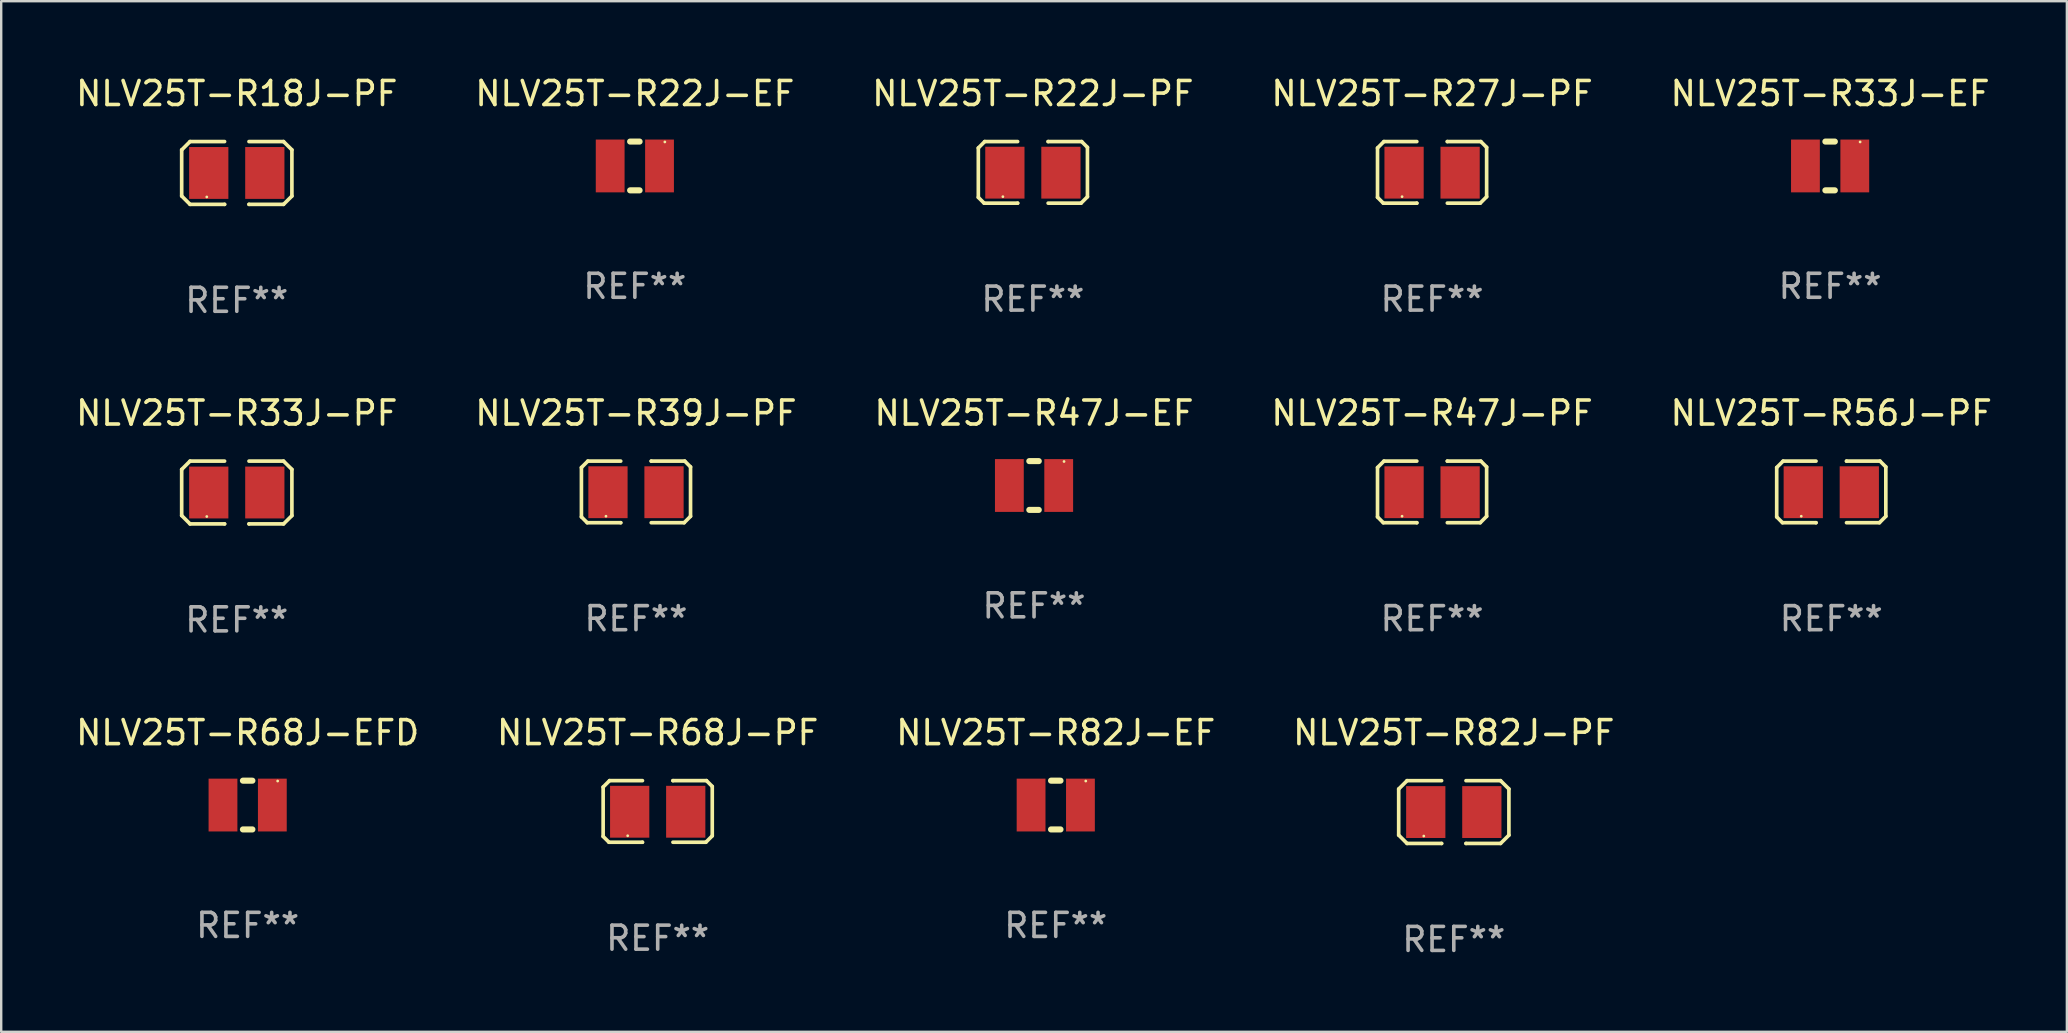
<source format=kicad_pcb>
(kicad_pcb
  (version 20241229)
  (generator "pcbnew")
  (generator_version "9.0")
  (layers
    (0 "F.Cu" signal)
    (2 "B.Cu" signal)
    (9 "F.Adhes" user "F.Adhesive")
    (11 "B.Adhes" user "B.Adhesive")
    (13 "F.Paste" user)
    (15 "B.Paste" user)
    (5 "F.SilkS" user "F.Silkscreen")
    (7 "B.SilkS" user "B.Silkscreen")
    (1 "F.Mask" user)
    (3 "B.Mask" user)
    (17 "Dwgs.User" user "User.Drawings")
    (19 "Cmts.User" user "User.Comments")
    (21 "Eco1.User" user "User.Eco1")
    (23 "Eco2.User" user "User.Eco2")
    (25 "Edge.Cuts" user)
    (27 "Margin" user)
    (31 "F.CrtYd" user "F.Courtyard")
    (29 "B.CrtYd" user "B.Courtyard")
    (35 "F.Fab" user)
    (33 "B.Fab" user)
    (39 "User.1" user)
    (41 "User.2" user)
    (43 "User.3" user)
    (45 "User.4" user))
  (footprint "NLV25T-R39J-PF"
    (layer "F.Cu")
    (at 23.446 17.444)
    (property "Reference" "NLV25T-R39J-PF" (at 0 -3.283 0) (layer "F.SilkS") (effects (font (size 1 1) (thickness 0.15))))
    (attr through_hole)
    (fp_line (start -2.273 -1.016) (end -2.007 -1.283) (stroke (width 0.152) (type solid)) (layer "F.SilkS"))
    (fp_line (start -2.273 1.041) (end -2.273 -1.016) (stroke (width 0.152) (type solid)) (layer "F.SilkS"))
    (fp_line (start -2.032 1.283) (end -2.273 1.041) (stroke (width 0.152) (type solid)) (layer "F.SilkS"))
    (fp_line (start -2.007 -1.283) (end -0.635 -1.283) (stroke (width 0.152) (type solid)) (layer "F.SilkS"))
    (fp_line (start -0.635 1.283) (end -2.032 1.283) (stroke (width 0.152) (type solid)) (layer "F.SilkS"))
    (fp_line (start -0.635 1.283) (end -0.635 1.283) (stroke (width 0.152) (type solid)) (layer "F.SilkS"))
    (fp_line (start 0.635 -1.283) (end 0.635 -1.283) (stroke (width 0.152) (type solid)) (layer "F.SilkS"))
    (fp_line (start 0.635 -1.283) (end 2.032 -1.283) (stroke (width 0.152) (type solid)) (layer "F.SilkS"))
    (fp_line (start 2.007 1.283) (end 0.635 1.283) (stroke (width 0.152) (type solid)) (layer "F.SilkS"))
    (fp_line (start 2.032 -1.283) (end 2.273 -1.041) (stroke (width 0.152) (type solid)) (layer "F.SilkS"))
    (fp_line (start 2.273 -1.041) (end 2.273 1.016) (stroke (width 0.152) (type solid)) (layer "F.SilkS"))
    (fp_line (start 2.273 1.016) (end 2.007 1.283) (stroke (width 0.152) (type solid)) (layer "F.SilkS"))
    (fp_circle (center -1.25 1.013) (end -1.22 1.013) (stroke (width 0.06) (type solid)) (fill no) (layer "F.SilkS"))
    (fp_text user "REF**" (at 0 5.283 0) (layer "F.Fab") (effects (font (size 1 1) (thickness 0.15))))
    (pad "1" smd rect (at -1.167 0.013) (size 1.635 2.16) (layers "F.Cu" "F.Mask" "F.Paste"))
    (pad "2" smd rect (at 1.168 0.013) (size 1.635 2.16) (layers "F.Cu" "F.Mask" "F.Paste")))
  (footprint "NLV25T-R22J-EF"
    (layer "F.Cu")
    (at 23.399 3.864)
    (property "Reference" "NLV25T-R22J-EF" (at 0 -3.016 0) (layer "F.SilkS") (effects (font (size 1 1) (thickness 0.15))))
    (attr through_hole)
    (fp_line (start -0.197 1.016) (end 0.197 1.016) (stroke (width 0.254) (type solid)) (layer "F.SilkS"))
    (fp_line (start 0.197 -1.016) (end -0.197 -1.016) (stroke (width 0.254) (type solid)) (layer "F.SilkS"))
    (fp_circle (center 1.25 -1) (end 1.28 -1) (stroke (width 0.06) (type solid)) (fill no) (layer "F.SilkS"))
    (fp_text user "REF**" (at 0 5.016 0) (layer "F.Fab") (effects (font (size 1 1) (thickness 0.15))))
    (pad "1" smd rect (at 1.028 0) (size 1.2 2.2) (layers "F.Cu" "F.Mask" "F.Paste"))
    (pad "2" smd rect (at -1.028 0) (size 1.2 2.2) (layers "F.Cu" "F.Mask" "F.Paste")))
  (footprint "NLV25T-R56J-PF"
    (layer "F.Cu")
    (at 73.244 17.444)
    (property "Reference" "NLV25T-R56J-PF" (at 0 -3.283 0) (layer "F.SilkS") (effects (font (size 1 1) (thickness 0.15))))
    (attr through_hole)
    (fp_line (start -2.273 -1.016) (end -2.007 -1.283) (stroke (width 0.152) (type solid)) (layer "F.SilkS"))
    (fp_line (start -2.273 1.041) (end -2.273 -1.016) (stroke (width 0.152) (type solid)) (layer "F.SilkS"))
    (fp_line (start -2.032 1.283) (end -2.273 1.041) (stroke (width 0.152) (type solid)) (layer "F.SilkS"))
    (fp_line (start -2.007 -1.283) (end -0.635 -1.283) (stroke (width 0.152) (type solid)) (layer "F.SilkS"))
    (fp_line (start -0.635 1.283) (end -2.032 1.283) (stroke (width 0.152) (type solid)) (layer "F.SilkS"))
    (fp_line (start -0.635 1.283) (end -0.635 1.283) (stroke (width 0.152) (type solid)) (layer "F.SilkS"))
    (fp_line (start 0.635 -1.283) (end 0.635 -1.283) (stroke (width 0.152) (type solid)) (layer "F.SilkS"))
    (fp_line (start 0.635 -1.283) (end 2.032 -1.283) (stroke (width 0.152) (type solid)) (layer "F.SilkS"))
    (fp_line (start 2.007 1.283) (end 0.635 1.283) (stroke (width 0.152) (type solid)) (layer "F.SilkS"))
    (fp_line (start 2.032 -1.283) (end 2.273 -1.041) (stroke (width 0.152) (type solid)) (layer "F.SilkS"))
    (fp_line (start 2.273 -1.041) (end 2.273 1.016) (stroke (width 0.152) (type solid)) (layer "F.SilkS"))
    (fp_line (start 2.273 1.016) (end 2.007 1.283) (stroke (width 0.152) (type solid)) (layer "F.SilkS"))
    (fp_circle (center -1.25 1.013) (end -1.22 1.013) (stroke (width 0.06) (type solid)) (fill no) (layer "F.SilkS"))
    (fp_text user "REF**" (at 0 5.283 0) (layer "F.Fab") (effects (font (size 1 1) (thickness 0.15))))
    (pad "1" smd rect (at -1.167 0.013) (size 1.635 2.16) (layers "F.Cu" "F.Mask" "F.Paste"))
    (pad "2" smd rect (at 1.168 0.013) (size 1.635 2.16) (layers "F.Cu" "F.Mask" "F.Paste")))
  (footprint "NLV25T-R82J-EF"
    (layer "F.Cu")
    (at 40.935 30.49)
    (property "Reference" "NLV25T-R82J-EF" (at 0 -3.016 0) (layer "F.SilkS") (effects (font (size 1 1) (thickness 0.15))))
    (attr through_hole)
    (fp_line (start -0.197 1.016) (end 0.197 1.016) (stroke (width 0.254) (type solid)) (layer "F.SilkS"))
    (fp_line (start 0.197 -1.016) (end -0.197 -1.016) (stroke (width 0.254) (type solid)) (layer "F.SilkS"))
    (fp_circle (center 1.25 -1) (end 1.28 -1) (stroke (width 0.06) (type solid)) (fill no) (layer "F.SilkS"))
    (fp_text user "REF**" (at 0 5.016 0) (layer "F.Fab") (effects (font (size 1 1) (thickness 0.15))))
    (pad "1" smd rect (at 1.028 0) (size 1.2 2.2) (layers "F.Cu" "F.Mask" "F.Paste"))
    (pad "2" smd rect (at -1.028 0) (size 1.2 2.2) (layers "F.Cu" "F.Mask" "F.Paste")))
  (footprint "NLV25T-R27J-PF"
    (layer "F.Cu")
    (at 56.613 4.131)
    (property "Reference" "NLV25T-R27J-PF" (at 0 -3.283 0) (layer "F.SilkS") (effects (font (size 1 1) (thickness 0.15))))
    (attr through_hole)
    (fp_line (start -2.273 -1.016) (end -2.007 -1.283) (stroke (width 0.152) (type solid)) (layer "F.SilkS"))
    (fp_line (start -2.273 1.041) (end -2.273 -1.016) (stroke (width 0.152) (type solid)) (layer "F.SilkS"))
    (fp_line (start -2.032 1.283) (end -2.273 1.041) (stroke (width 0.152) (type solid)) (layer "F.SilkS"))
    (fp_line (start -2.007 -1.283) (end -0.635 -1.283) (stroke (width 0.152) (type solid)) (layer "F.SilkS"))
    (fp_line (start -0.635 1.283) (end -2.032 1.283) (stroke (width 0.152) (type solid)) (layer "F.SilkS"))
    (fp_line (start -0.635 1.283) (end -0.635 1.283) (stroke (width 0.152) (type solid)) (layer "F.SilkS"))
    (fp_line (start 0.635 -1.283) (end 0.635 -1.283) (stroke (width 0.152) (type solid)) (layer "F.SilkS"))
    (fp_line (start 0.635 -1.283) (end 2.032 -1.283) (stroke (width 0.152) (type solid)) (layer "F.SilkS"))
    (fp_line (start 2.007 1.283) (end 0.635 1.283) (stroke (width 0.152) (type solid)) (layer "F.SilkS"))
    (fp_line (start 2.032 -1.283) (end 2.273 -1.041) (stroke (width 0.152) (type solid)) (layer "F.SilkS"))
    (fp_line (start 2.273 -1.041) (end 2.273 1.016) (stroke (width 0.152) (type solid)) (layer "F.SilkS"))
    (fp_line (start 2.273 1.016) (end 2.007 1.283) (stroke (width 0.152) (type solid)) (layer "F.SilkS"))
    (fp_circle (center -1.25 1.013) (end -1.22 1.013) (stroke (width 0.06) (type solid)) (fill no) (layer "F.SilkS"))
    (fp_text user "REF**" (at 0 5.283 0) (layer "F.Fab") (effects (font (size 1 1) (thickness 0.15))))
    (pad "1" smd rect (at -1.167 0.013) (size 1.635 2.16) (layers "F.Cu" "F.Mask" "F.Paste"))
    (pad "2" smd rect (at 1.168 0.013) (size 1.635 2.16) (layers "F.Cu" "F.Mask" "F.Paste")))
  (footprint "NLV25T-R82J-PF"
    (layer "F.Cu")
    (at 57.518 30.782)
    (property "Reference" "NLV25T-R82J-PF" (at 0 -3.308 0) (layer "F.SilkS") (effects (font (size 1 1) (thickness 0.15))))
    (attr through_hole)
    (fp_line (start -2.296 -0.96) (end -1.948 -1.308) (stroke (width 0.152) (type solid)) (layer "F.SilkS"))
    (fp_line (start -2.296 0.96) (end -2.296 -0.96) (stroke (width 0.152) (type solid)) (layer "F.SilkS"))
    (fp_line (start -1.948 -1.308) (end -0.508 -1.308) (stroke (width 0.152) (type solid)) (layer "F.SilkS"))
    (fp_line (start -1.948 1.308) (end -2.296 0.96) (stroke (width 0.152) (type solid)) (layer "F.SilkS"))
    (fp_line (start -0.508 1.308) (end -1.948 1.308) (stroke (width 0.152) (type solid)) (layer "F.SilkS"))
    (fp_line (start -0.508 1.308) (end -0.508 1.308) (stroke (width 0.152) (type solid)) (layer "F.SilkS"))
    (fp_line (start 0.508 1.308) (end 0.508 1.308) (stroke (width 0.152) (type solid)) (layer "F.SilkS"))
    (fp_line (start 0.508 1.308) (end 1.948 1.308) (stroke (width 0.152) (type solid)) (layer "F.SilkS"))
    (fp_line (start 1.948 -1.308) (end 0.508 -1.308) (stroke (width 0.152) (type solid)) (layer "F.SilkS"))
    (fp_line (start 1.948 1.308) (end 2.296 0.963) (stroke (width 0.152) (type solid)) (layer "F.SilkS"))
    (fp_line (start 2.296 -0.963) (end 1.948 -1.308) (stroke (width 0.152) (type solid)) (layer "F.SilkS"))
    (fp_line (start 2.296 0.963) (end 2.296 -0.963) (stroke (width 0.152) (type solid)) (layer "F.SilkS"))
    (fp_circle (center -1.25 1) (end -1.22 1) (stroke (width 0.06) (type solid)) (fill no) (layer "F.SilkS"))
    (fp_text user "REF**" (at 0 5.308 0) (layer "F.Fab") (effects (font (size 1 1) (thickness 0.15))))
    (pad "1" smd rect (at -1.168 0.000025) (size 1.635 2.16) (layers "F.Cu" "F.Mask" "F.Paste"))
    (pad "2" smd rect (at 1.168 0.000025) (size 1.635 2.16) (layers "F.Cu" "F.Mask" "F.Paste")))
  (footprint "NLV25T-R47J-PF"
    (layer "F.Cu")
    (at 56.613 17.444)
    (property "Reference" "NLV25T-R47J-PF" (at 0 -3.283 0) (layer "F.SilkS") (effects (font (size 1 1) (thickness 0.15))))
    (attr through_hole)
    (fp_line (start -2.273 -1.016) (end -2.007 -1.283) (stroke (width 0.152) (type solid)) (layer "F.SilkS"))
    (fp_line (start -2.273 1.041) (end -2.273 -1.016) (stroke (width 0.152) (type solid)) (layer "F.SilkS"))
    (fp_line (start -2.032 1.283) (end -2.273 1.041) (stroke (width 0.152) (type solid)) (layer "F.SilkS"))
    (fp_line (start -2.007 -1.283) (end -0.635 -1.283) (stroke (width 0.152) (type solid)) (layer "F.SilkS"))
    (fp_line (start -0.635 1.283) (end -2.032 1.283) (stroke (width 0.152) (type solid)) (layer "F.SilkS"))
    (fp_line (start -0.635 1.283) (end -0.635 1.283) (stroke (width 0.152) (type solid)) (layer "F.SilkS"))
    (fp_line (start 0.635 -1.283) (end 0.635 -1.283) (stroke (width 0.152) (type solid)) (layer "F.SilkS"))
    (fp_line (start 0.635 -1.283) (end 2.032 -1.283) (stroke (width 0.152) (type solid)) (layer "F.SilkS"))
    (fp_line (start 2.007 1.283) (end 0.635 1.283) (stroke (width 0.152) (type solid)) (layer "F.SilkS"))
    (fp_line (start 2.032 -1.283) (end 2.273 -1.041) (stroke (width 0.152) (type solid)) (layer "F.SilkS"))
    (fp_line (start 2.273 -1.041) (end 2.273 1.016) (stroke (width 0.152) (type solid)) (layer "F.SilkS"))
    (fp_line (start 2.273 1.016) (end 2.007 1.283) (stroke (width 0.152) (type solid)) (layer "F.SilkS"))
    (fp_circle (center -1.25 1.013) (end -1.22 1.013) (stroke (width 0.06) (type solid)) (fill no) (layer "F.SilkS"))
    (fp_text user "REF**" (at 0 5.283 0) (layer "F.Fab") (effects (font (size 1 1) (thickness 0.15))))
    (pad "1" smd rect (at -1.167 0.013) (size 1.635 2.16) (layers "F.Cu" "F.Mask" "F.Paste"))
    (pad "2" smd rect (at 1.168 0.013) (size 1.635 2.16) (layers "F.Cu" "F.Mask" "F.Paste")))
  (footprint "NLV25T-R18J-PF"
    (layer "F.Cu")
    (at 6.815 4.156)
    (property "Reference" "NLV25T-R18J-PF" (at 0 -3.308 0) (layer "F.SilkS") (effects (font (size 1 1) (thickness 0.15))))
    (attr through_hole)
    (fp_line (start -2.296 -0.96) (end -1.948 -1.308) (stroke (width 0.152) (type solid)) (layer "F.SilkS"))
    (fp_line (start -2.296 0.96) (end -2.296 -0.96) (stroke (width 0.152) (type solid)) (layer "F.SilkS"))
    (fp_line (start -1.948 -1.308) (end -0.508 -1.308) (stroke (width 0.152) (type solid)) (layer "F.SilkS"))
    (fp_line (start -1.948 1.308) (end -2.296 0.96) (stroke (width 0.152) (type solid)) (layer "F.SilkS"))
    (fp_line (start -0.508 1.308) (end -1.948 1.308) (stroke (width 0.152) (type solid)) (layer "F.SilkS"))
    (fp_line (start -0.508 1.308) (end -0.508 1.308) (stroke (width 0.152) (type solid)) (layer "F.SilkS"))
    (fp_line (start 0.508 1.308) (end 0.508 1.308) (stroke (width 0.152) (type solid)) (layer "F.SilkS"))
    (fp_line (start 0.508 1.308) (end 1.948 1.308) (stroke (width 0.152) (type solid)) (layer "F.SilkS"))
    (fp_line (start 1.948 -1.308) (end 0.508 -1.308) (stroke (width 0.152) (type solid)) (layer "F.SilkS"))
    (fp_line (start 1.948 1.308) (end 2.296 0.963) (stroke (width 0.152) (type solid)) (layer "F.SilkS"))
    (fp_line (start 2.296 -0.963) (end 1.948 -1.308) (stroke (width 0.152) (type solid)) (layer "F.SilkS"))
    (fp_line (start 2.296 0.963) (end 2.296 -0.963) (stroke (width 0.152) (type solid)) (layer "F.SilkS"))
    (fp_circle (center -1.25 1) (end -1.22 1) (stroke (width 0.06) (type solid)) (fill no) (layer "F.SilkS"))
    (fp_text user "REF**" (at 0 5.308 0) (layer "F.Fab") (effects (font (size 1 1) (thickness 0.15))))
    (pad "1" smd rect (at -1.168 0.000025) (size 1.635 2.16) (layers "F.Cu" "F.Mask" "F.Paste"))
    (pad "2" smd rect (at 1.168 0.000025) (size 1.635 2.16) (layers "F.Cu" "F.Mask" "F.Paste")))
  (footprint "NLV25T-R47J-EF"
    (layer "F.Cu")
    (at 40.03 17.177)
    (property "Reference" "NLV25T-R47J-EF" (at 0 -3.016 0) (layer "F.SilkS") (effects (font (size 1 1) (thickness 0.15))))
    (attr through_hole)
    (fp_line (start -0.197 1.016) (end 0.197 1.016) (stroke (width 0.254) (type solid)) (layer "F.SilkS"))
    (fp_line (start 0.197 -1.016) (end -0.197 -1.016) (stroke (width 0.254) (type solid)) (layer "F.SilkS"))
    (fp_circle (center 1.25 -1) (end 1.28 -1) (stroke (width 0.06) (type solid)) (fill no) (layer "F.SilkS"))
    (fp_text user "REF**" (at 0 5.016 0) (layer "F.Fab") (effects (font (size 1 1) (thickness 0.15))))
    (pad "1" smd rect (at 1.028 0) (size 1.2 2.2) (layers "F.Cu" "F.Mask" "F.Paste"))
    (pad "2" smd rect (at -1.028 0) (size 1.2 2.2) (layers "F.Cu" "F.Mask" "F.Paste")))
  (footprint "NLV25T-R33J-PF"
    (layer "F.Cu")
    (at 6.815 17.469)
    (property "Reference" "NLV25T-R33J-PF" (at 0 -3.308 0) (layer "F.SilkS") (effects (font (size 1 1) (thickness 0.15))))
    (attr through_hole)
    (fp_line (start -2.296 -0.96) (end -1.948 -1.308) (stroke (width 0.152) (type solid)) (layer "F.SilkS"))
    (fp_line (start -2.296 0.96) (end -2.296 -0.96) (stroke (width 0.152) (type solid)) (layer "F.SilkS"))
    (fp_line (start -1.948 -1.308) (end -0.508 -1.308) (stroke (width 0.152) (type solid)) (layer "F.SilkS"))
    (fp_line (start -1.948 1.308) (end -2.296 0.96) (stroke (width 0.152) (type solid)) (layer "F.SilkS"))
    (fp_line (start -0.508 1.308) (end -1.948 1.308) (stroke (width 0.152) (type solid)) (layer "F.SilkS"))
    (fp_line (start -0.508 1.308) (end -0.508 1.308) (stroke (width 0.152) (type solid)) (layer "F.SilkS"))
    (fp_line (start 0.508 1.308) (end 0.508 1.308) (stroke (width 0.152) (type solid)) (layer "F.SilkS"))
    (fp_line (start 0.508 1.308) (end 1.948 1.308) (stroke (width 0.152) (type solid)) (layer "F.SilkS"))
    (fp_line (start 1.948 -1.308) (end 0.508 -1.308) (stroke (width 0.152) (type solid)) (layer "F.SilkS"))
    (fp_line (start 1.948 1.308) (end 2.296 0.963) (stroke (width 0.152) (type solid)) (layer "F.SilkS"))
    (fp_line (start 2.296 -0.963) (end 1.948 -1.308) (stroke (width 0.152) (type solid)) (layer "F.SilkS"))
    (fp_line (start 2.296 0.963) (end 2.296 -0.963) (stroke (width 0.152) (type solid)) (layer "F.SilkS"))
    (fp_circle (center -1.25 1) (end -1.22 1) (stroke (width 0.06) (type solid)) (fill no) (layer "F.SilkS"))
    (fp_text user "REF**" (at 0 5.308 0) (layer "F.Fab") (effects (font (size 1 1) (thickness 0.15))))
    (pad "1" smd rect (at -1.168 0.000025) (size 1.635 2.16) (layers "F.Cu" "F.Mask" "F.Paste"))
    (pad "2" smd rect (at 1.168 0.000025) (size 1.635 2.16) (layers "F.Cu" "F.Mask" "F.Paste")))
  (footprint "NLV25T-R33J-EF"
    (layer "F.Cu")
    (at 73.196 3.864)
    (property "Reference" "NLV25T-R33J-EF" (at 0 -3.016 0) (layer "F.SilkS") (effects (font (size 1 1) (thickness 0.15))))
    (attr through_hole)
    (fp_line (start -0.197 1.016) (end 0.197 1.016) (stroke (width 0.254) (type solid)) (layer "F.SilkS"))
    (fp_line (start 0.197 -1.016) (end -0.197 -1.016) (stroke (width 0.254) (type solid)) (layer "F.SilkS"))
    (fp_circle (center 1.25 -1) (end 1.28 -1) (stroke (width 0.06) (type solid)) (fill no) (layer "F.SilkS"))
    (fp_text user "REF**" (at 0 5.016 0) (layer "F.Fab") (effects (font (size 1 1) (thickness 0.15))))
    (pad "1" smd rect (at 1.028 0) (size 1.2 2.2) (layers "F.Cu" "F.Mask" "F.Paste"))
    (pad "2" smd rect (at -1.028 0) (size 1.2 2.2) (layers "F.Cu" "F.Mask" "F.Paste")))
  (footprint "NLV25T-R68J-PF"
    (layer "F.Cu")
    (at 24.351 30.756)
    (property "Reference" "NLV25T-R68J-PF" (at 0 -3.283 0) (layer "F.SilkS") (effects (font (size 1 1) (thickness 0.15))))
    (attr through_hole)
    (fp_line (start -2.273 -1.016) (end -2.007 -1.283) (stroke (width 0.152) (type solid)) (layer "F.SilkS"))
    (fp_line (start -2.273 1.041) (end -2.273 -1.016) (stroke (width 0.152) (type solid)) (layer "F.SilkS"))
    (fp_line (start -2.032 1.283) (end -2.273 1.041) (stroke (width 0.152) (type solid)) (layer "F.SilkS"))
    (fp_line (start -2.007 -1.283) (end -0.635 -1.283) (stroke (width 0.152) (type solid)) (layer "F.SilkS"))
    (fp_line (start -0.635 1.283) (end -2.032 1.283) (stroke (width 0.152) (type solid)) (layer "F.SilkS"))
    (fp_line (start -0.635 1.283) (end -0.635 1.283) (stroke (width 0.152) (type solid)) (layer "F.SilkS"))
    (fp_line (start 0.635 -1.283) (end 0.635 -1.283) (stroke (width 0.152) (type solid)) (layer "F.SilkS"))
    (fp_line (start 0.635 -1.283) (end 2.032 -1.283) (stroke (width 0.152) (type solid)) (layer "F.SilkS"))
    (fp_line (start 2.007 1.283) (end 0.635 1.283) (stroke (width 0.152) (type solid)) (layer "F.SilkS"))
    (fp_line (start 2.032 -1.283) (end 2.273 -1.041) (stroke (width 0.152) (type solid)) (layer "F.SilkS"))
    (fp_line (start 2.273 -1.041) (end 2.273 1.016) (stroke (width 0.152) (type solid)) (layer "F.SilkS"))
    (fp_line (start 2.273 1.016) (end 2.007 1.283) (stroke (width 0.152) (type solid)) (layer "F.SilkS"))
    (fp_circle (center -1.25 1.013) (end -1.22 1.013) (stroke (width 0.06) (type solid)) (fill no) (layer "F.SilkS"))
    (fp_text user "REF**" (at 0 5.283 0) (layer "F.Fab") (effects (font (size 1 1) (thickness 0.15))))
    (pad "1" smd rect (at -1.167 0.013) (size 1.635 2.16) (layers "F.Cu" "F.Mask" "F.Paste"))
    (pad "2" smd rect (at 1.168 0.013) (size 1.635 2.16) (layers "F.Cu" "F.Mask" "F.Paste")))
  (footprint "NLV25T-R22J-PF"
    (layer "F.Cu")
    (at 39.982 4.131)
    (property "Reference" "NLV25T-R22J-PF" (at 0 -3.283 0) (layer "F.SilkS") (effects (font (size 1 1) (thickness 0.15))))
    (attr through_hole)
    (fp_line (start -2.273 -1.016) (end -2.007 -1.283) (stroke (width 0.152) (type solid)) (layer "F.SilkS"))
    (fp_line (start -2.273 1.041) (end -2.273 -1.016) (stroke (width 0.152) (type solid)) (layer "F.SilkS"))
    (fp_line (start -2.032 1.283) (end -2.273 1.041) (stroke (width 0.152) (type solid)) (layer "F.SilkS"))
    (fp_line (start -2.007 -1.283) (end -0.635 -1.283) (stroke (width 0.152) (type solid)) (layer "F.SilkS"))
    (fp_line (start -0.635 1.283) (end -2.032 1.283) (stroke (width 0.152) (type solid)) (layer "F.SilkS"))
    (fp_line (start -0.635 1.283) (end -0.635 1.283) (stroke (width 0.152) (type solid)) (layer "F.SilkS"))
    (fp_line (start 0.635 -1.283) (end 0.635 -1.283) (stroke (width 0.152) (type solid)) (layer "F.SilkS"))
    (fp_line (start 0.635 -1.283) (end 2.032 -1.283) (stroke (width 0.152) (type solid)) (layer "F.SilkS"))
    (fp_line (start 2.007 1.283) (end 0.635 1.283) (stroke (width 0.152) (type solid)) (layer "F.SilkS"))
    (fp_line (start 2.032 -1.283) (end 2.273 -1.041) (stroke (width 0.152) (type solid)) (layer "F.SilkS"))
    (fp_line (start 2.273 -1.041) (end 2.273 1.016) (stroke (width 0.152) (type solid)) (layer "F.SilkS"))
    (fp_line (start 2.273 1.016) (end 2.007 1.283) (stroke (width 0.152) (type solid)) (layer "F.SilkS"))
    (fp_circle (center -1.25 1.013) (end -1.22 1.013) (stroke (width 0.06) (type solid)) (fill no) (layer "F.SilkS"))
    (fp_text user "REF**" (at 0 5.283 0) (layer "F.Fab") (effects (font (size 1 1) (thickness 0.15))))
    (pad "1" smd rect (at -1.167 0.013) (size 1.635 2.16) (layers "F.Cu" "F.Mask" "F.Paste"))
    (pad "2" smd rect (at 1.168 0.013) (size 1.635 2.16) (layers "F.Cu" "F.Mask" "F.Paste")))
  (footprint "NLV25T-R68J-EFD"
    (layer "F.Cu")
    (at 7.268 30.49)
    (property "Reference" "NLV25T-R68J-EFD" (at 0 -3.016 0) (layer "F.SilkS") (effects (font (size 1 1) (thickness 0.15))))
    (attr through_hole)
    (fp_line (start -0.197 1.016) (end 0.197 1.016) (stroke (width 0.254) (type solid)) (layer "F.SilkS"))
    (fp_line (start 0.197 -1.016) (end -0.197 -1.016) (stroke (width 0.254) (type solid)) (layer "F.SilkS"))
    (fp_circle (center 1.25 -1) (end 1.28 -1) (stroke (width 0.06) (type solid)) (fill no) (layer "F.SilkS"))
    (fp_text user "REF**" (at 0 5.016 0) (layer "F.Fab") (effects (font (size 1 1) (thickness 0.15))))
    (pad "1" smd rect (at 1.028 0) (size 1.2 2.2) (layers "F.Cu" "F.Mask" "F.Paste"))
    (pad "2" smd rect (at -1.028 0) (size 1.2 2.2) (layers "F.Cu" "F.Mask" "F.Paste")))
  (gr_rect
    (start -3 -3)
    (end 83.06 39.938)
    (stroke (width 0.1) (type default))
    (fill no)
    (layer "Edge.Cuts")))
</source>
